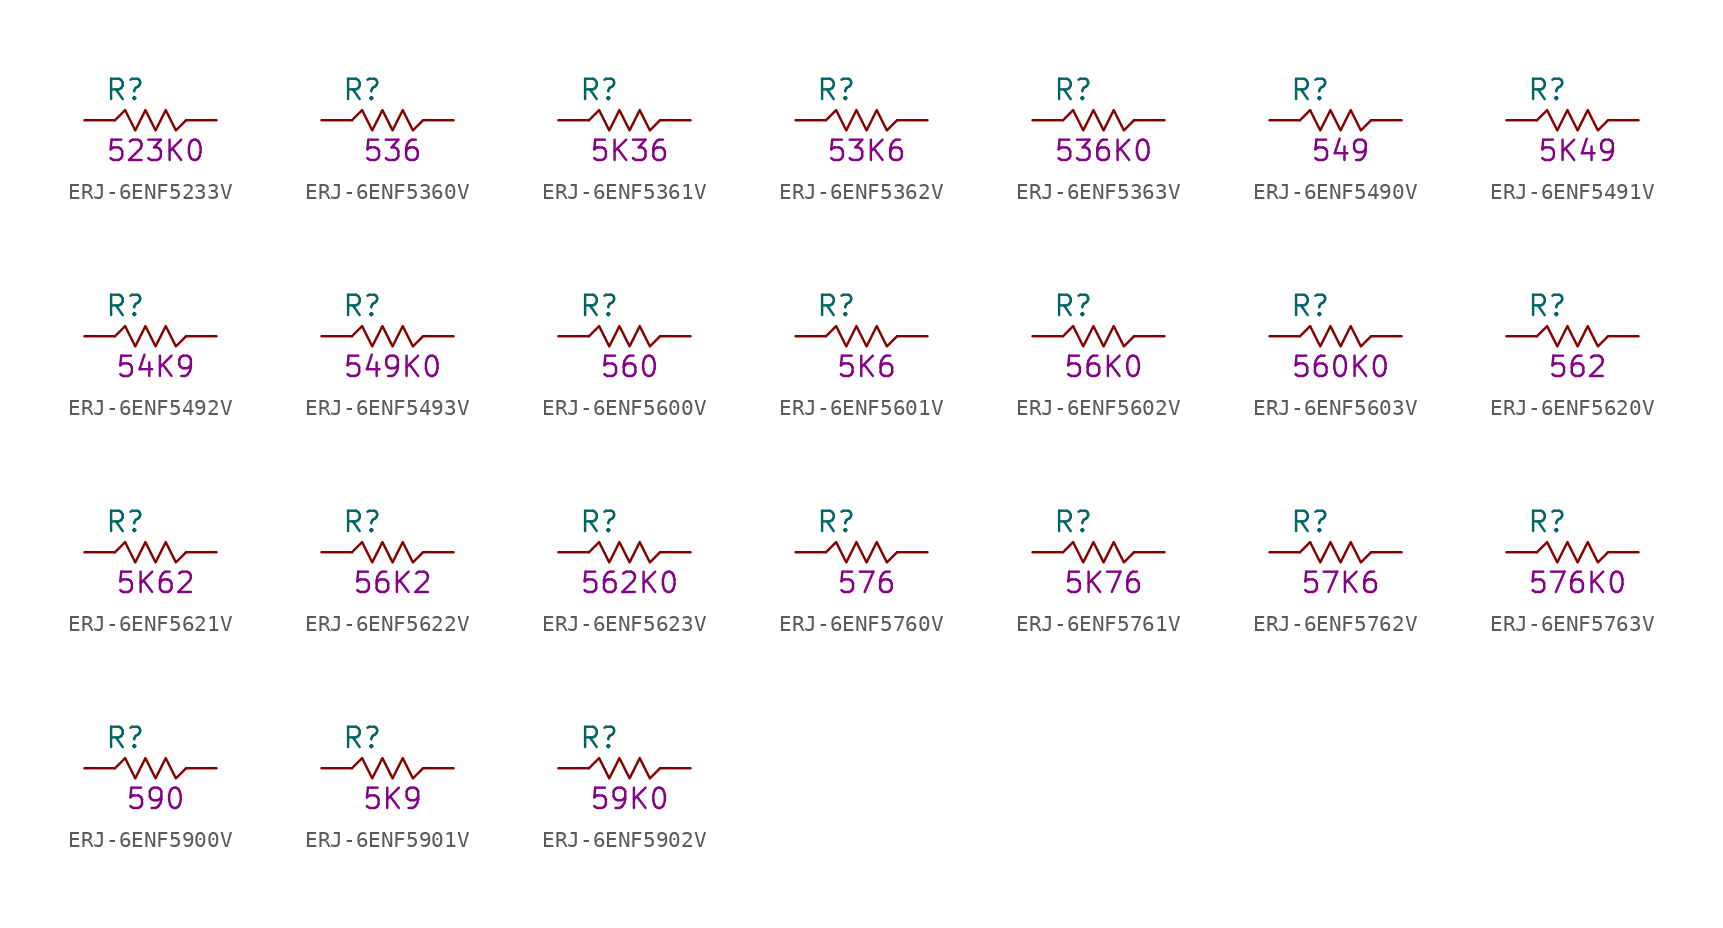
<source format=kicad_sym>
(kicad_symbol_lib
  (version 20211014)
  (generator KiCadLib_py)
  (symbol "ERJ-6ENF5233V"
    (pin_numbers hide)
    (pin_names hide)
    (property "Reference" "R"
      (at -1.905 1.905 0)
      (effects (font (size 1.27 1.27))))
    (property "Val" "523K0"
      (at 0 -1.905 0)
      (effects (font (size 1.27 1.27))))
    (symbol "ERJ-6ENF5233V_0_1"
      (polyline (pts (xy -2.54 0) (xy -1.905 0.635) (xy -1.27 -0.635) (xy -0.635 0.635) (xy 0 -0.635) (xy 0.635 0.635) (xy 1.27 -0.635) (xy 1.905 0)) (stroke (width 0) (type default) (color 0 0 0 0)) (fill (type none))))
    (symbol "ERJ-6ENF5233V_1_1"
      (pin passive line (at -4.445 0 0) (length 1.905) (name "~" (effects (font (size 1.27 1.27)))) (number "1" (effects (font (size 1.27 1.27)))))
      (pin passive line (at 3.81 0 180) (length 1.905) (name "~" (effects (font (size 1.27 1.27)))) (number "2" (effects (font (size 1.27 1.27)))))))
  (symbol "ERJ-6ENF5360V"
    (pin_numbers hide)
    (pin_names hide)
    (property "Reference" "R"
      (at -1.905 1.905 0)
      (effects (font (size 1.27 1.27))))
    (property "Val" "536"
      (at 0 -1.905 0)
      (effects (font (size 1.27 1.27))))
    (symbol "ERJ-6ENF5360V_0_1"
      (polyline (pts (xy -2.54 0) (xy -1.905 0.635) (xy -1.27 -0.635) (xy -0.635 0.635) (xy 0 -0.635) (xy 0.635 0.635) (xy 1.27 -0.635) (xy 1.905 0)) (stroke (width 0) (type default) (color 0 0 0 0)) (fill (type none))))
    (symbol "ERJ-6ENF5360V_1_1"
      (pin passive line (at -4.445 0 0) (length 1.905) (name "~" (effects (font (size 1.27 1.27)))) (number "1" (effects (font (size 1.27 1.27)))))
      (pin passive line (at 3.81 0 180) (length 1.905) (name "~" (effects (font (size 1.27 1.27)))) (number "2" (effects (font (size 1.27 1.27)))))))
  (symbol "ERJ-6ENF5361V"
    (pin_numbers hide)
    (pin_names hide)
    (property "Reference" "R"
      (at -1.905 1.905 0)
      (effects (font (size 1.27 1.27))))
    (property "Val" "5K36"
      (at 0 -1.905 0)
      (effects (font (size 1.27 1.27))))
    (symbol "ERJ-6ENF5361V_0_1"
      (polyline (pts (xy -2.54 0) (xy -1.905 0.635) (xy -1.27 -0.635) (xy -0.635 0.635) (xy 0 -0.635) (xy 0.635 0.635) (xy 1.27 -0.635) (xy 1.905 0)) (stroke (width 0) (type default) (color 0 0 0 0)) (fill (type none))))
    (symbol "ERJ-6ENF5361V_1_1"
      (pin passive line (at -4.445 0 0) (length 1.905) (name "~" (effects (font (size 1.27 1.27)))) (number "1" (effects (font (size 1.27 1.27)))))
      (pin passive line (at 3.81 0 180) (length 1.905) (name "~" (effects (font (size 1.27 1.27)))) (number "2" (effects (font (size 1.27 1.27)))))))
  (symbol "ERJ-6ENF5362V"
    (pin_numbers hide)
    (pin_names hide)
    (property "Reference" "R"
      (at -1.905 1.905 0)
      (effects (font (size 1.27 1.27))))
    (property "Val" "53K6"
      (at 0 -1.905 0)
      (effects (font (size 1.27 1.27))))
    (symbol "ERJ-6ENF5362V_0_1"
      (polyline (pts (xy -2.54 0) (xy -1.905 0.635) (xy -1.27 -0.635) (xy -0.635 0.635) (xy 0 -0.635) (xy 0.635 0.635) (xy 1.27 -0.635) (xy 1.905 0)) (stroke (width 0) (type default) (color 0 0 0 0)) (fill (type none))))
    (symbol "ERJ-6ENF5362V_1_1"
      (pin passive line (at -4.445 0 0) (length 1.905) (name "~" (effects (font (size 1.27 1.27)))) (number "1" (effects (font (size 1.27 1.27)))))
      (pin passive line (at 3.81 0 180) (length 1.905) (name "~" (effects (font (size 1.27 1.27)))) (number "2" (effects (font (size 1.27 1.27)))))))
  (symbol "ERJ-6ENF5363V"
    (pin_numbers hide)
    (pin_names hide)
    (property "Reference" "R"
      (at -1.905 1.905 0)
      (effects (font (size 1.27 1.27))))
    (property "Val" "536K0"
      (at 0 -1.905 0)
      (effects (font (size 1.27 1.27))))
    (symbol "ERJ-6ENF5363V_0_1"
      (polyline (pts (xy -2.54 0) (xy -1.905 0.635) (xy -1.27 -0.635) (xy -0.635 0.635) (xy 0 -0.635) (xy 0.635 0.635) (xy 1.27 -0.635) (xy 1.905 0)) (stroke (width 0) (type default) (color 0 0 0 0)) (fill (type none))))
    (symbol "ERJ-6ENF5363V_1_1"
      (pin passive line (at -4.445 0 0) (length 1.905) (name "~" (effects (font (size 1.27 1.27)))) (number "1" (effects (font (size 1.27 1.27)))))
      (pin passive line (at 3.81 0 180) (length 1.905) (name "~" (effects (font (size 1.27 1.27)))) (number "2" (effects (font (size 1.27 1.27)))))))
  (symbol "ERJ-6ENF5490V"
    (pin_numbers hide)
    (pin_names hide)
    (property "Reference" "R"
      (at -1.905 1.905 0)
      (effects (font (size 1.27 1.27))))
    (property "Val" "549"
      (at 0 -1.905 0)
      (effects (font (size 1.27 1.27))))
    (symbol "ERJ-6ENF5490V_0_1"
      (polyline (pts (xy -2.54 0) (xy -1.905 0.635) (xy -1.27 -0.635) (xy -0.635 0.635) (xy 0 -0.635) (xy 0.635 0.635) (xy 1.27 -0.635) (xy 1.905 0)) (stroke (width 0) (type default) (color 0 0 0 0)) (fill (type none))))
    (symbol "ERJ-6ENF5490V_1_1"
      (pin passive line (at -4.445 0 0) (length 1.905) (name "~" (effects (font (size 1.27 1.27)))) (number "1" (effects (font (size 1.27 1.27)))))
      (pin passive line (at 3.81 0 180) (length 1.905) (name "~" (effects (font (size 1.27 1.27)))) (number "2" (effects (font (size 1.27 1.27)))))))
  (symbol "ERJ-6ENF5491V"
    (pin_numbers hide)
    (pin_names hide)
    (property "Reference" "R"
      (at -1.905 1.905 0)
      (effects (font (size 1.27 1.27))))
    (property "Val" "5K49"
      (at 0 -1.905 0)
      (effects (font (size 1.27 1.27))))
    (symbol "ERJ-6ENF5491V_0_1"
      (polyline (pts (xy -2.54 0) (xy -1.905 0.635) (xy -1.27 -0.635) (xy -0.635 0.635) (xy 0 -0.635) (xy 0.635 0.635) (xy 1.27 -0.635) (xy 1.905 0)) (stroke (width 0) (type default) (color 0 0 0 0)) (fill (type none))))
    (symbol "ERJ-6ENF5491V_1_1"
      (pin passive line (at -4.445 0 0) (length 1.905) (name "~" (effects (font (size 1.27 1.27)))) (number "1" (effects (font (size 1.27 1.27)))))
      (pin passive line (at 3.81 0 180) (length 1.905) (name "~" (effects (font (size 1.27 1.27)))) (number "2" (effects (font (size 1.27 1.27)))))))
  (symbol "ERJ-6ENF5492V"
    (pin_numbers hide)
    (pin_names hide)
    (property "Reference" "R"
      (at -1.905 1.905 0)
      (effects (font (size 1.27 1.27))))
    (property "Val" "54K9"
      (at 0 -1.905 0)
      (effects (font (size 1.27 1.27))))
    (symbol "ERJ-6ENF5492V_0_1"
      (polyline (pts (xy -2.54 0) (xy -1.905 0.635) (xy -1.27 -0.635) (xy -0.635 0.635) (xy 0 -0.635) (xy 0.635 0.635) (xy 1.27 -0.635) (xy 1.905 0)) (stroke (width 0) (type default) (color 0 0 0 0)) (fill (type none))))
    (symbol "ERJ-6ENF5492V_1_1"
      (pin passive line (at -4.445 0 0) (length 1.905) (name "~" (effects (font (size 1.27 1.27)))) (number "1" (effects (font (size 1.27 1.27)))))
      (pin passive line (at 3.81 0 180) (length 1.905) (name "~" (effects (font (size 1.27 1.27)))) (number "2" (effects (font (size 1.27 1.27)))))))
  (symbol "ERJ-6ENF5493V"
    (pin_numbers hide)
    (pin_names hide)
    (property "Reference" "R"
      (at -1.905 1.905 0)
      (effects (font (size 1.27 1.27))))
    (property "Val" "549K0"
      (at 0 -1.905 0)
      (effects (font (size 1.27 1.27))))
    (symbol "ERJ-6ENF5493V_0_1"
      (polyline (pts (xy -2.54 0) (xy -1.905 0.635) (xy -1.27 -0.635) (xy -0.635 0.635) (xy 0 -0.635) (xy 0.635 0.635) (xy 1.27 -0.635) (xy 1.905 0)) (stroke (width 0) (type default) (color 0 0 0 0)) (fill (type none))))
    (symbol "ERJ-6ENF5493V_1_1"
      (pin passive line (at -4.445 0 0) (length 1.905) (name "~" (effects (font (size 1.27 1.27)))) (number "1" (effects (font (size 1.27 1.27)))))
      (pin passive line (at 3.81 0 180) (length 1.905) (name "~" (effects (font (size 1.27 1.27)))) (number "2" (effects (font (size 1.27 1.27)))))))
  (symbol "ERJ-6ENF5600V"
    (pin_numbers hide)
    (pin_names hide)
    (property "Reference" "R"
      (at -1.905 1.905 0)
      (effects (font (size 1.27 1.27))))
    (property "Val" "560"
      (at 0 -1.905 0)
      (effects (font (size 1.27 1.27))))
    (symbol "ERJ-6ENF5600V_0_1"
      (polyline (pts (xy -2.54 0) (xy -1.905 0.635) (xy -1.27 -0.635) (xy -0.635 0.635) (xy 0 -0.635) (xy 0.635 0.635) (xy 1.27 -0.635) (xy 1.905 0)) (stroke (width 0) (type default) (color 0 0 0 0)) (fill (type none))))
    (symbol "ERJ-6ENF5600V_1_1"
      (pin passive line (at -4.445 0 0) (length 1.905) (name "~" (effects (font (size 1.27 1.27)))) (number "1" (effects (font (size 1.27 1.27)))))
      (pin passive line (at 3.81 0 180) (length 1.905) (name "~" (effects (font (size 1.27 1.27)))) (number "2" (effects (font (size 1.27 1.27)))))))
  (symbol "ERJ-6ENF5601V"
    (pin_numbers hide)
    (pin_names hide)
    (property "Reference" "R"
      (at -1.905 1.905 0)
      (effects (font (size 1.27 1.27))))
    (property "Val" "5K6"
      (at 0 -1.905 0)
      (effects (font (size 1.27 1.27))))
    (symbol "ERJ-6ENF5601V_0_1"
      (polyline (pts (xy -2.54 0) (xy -1.905 0.635) (xy -1.27 -0.635) (xy -0.635 0.635) (xy 0 -0.635) (xy 0.635 0.635) (xy 1.27 -0.635) (xy 1.905 0)) (stroke (width 0) (type default) (color 0 0 0 0)) (fill (type none))))
    (symbol "ERJ-6ENF5601V_1_1"
      (pin passive line (at -4.445 0 0) (length 1.905) (name "~" (effects (font (size 1.27 1.27)))) (number "1" (effects (font (size 1.27 1.27)))))
      (pin passive line (at 3.81 0 180) (length 1.905) (name "~" (effects (font (size 1.27 1.27)))) (number "2" (effects (font (size 1.27 1.27)))))))
  (symbol "ERJ-6ENF5602V"
    (pin_numbers hide)
    (pin_names hide)
    (property "Reference" "R"
      (at -1.905 1.905 0)
      (effects (font (size 1.27 1.27))))
    (property "Val" "56K0"
      (at 0 -1.905 0)
      (effects (font (size 1.27 1.27))))
    (symbol "ERJ-6ENF5602V_0_1"
      (polyline (pts (xy -2.54 0) (xy -1.905 0.635) (xy -1.27 -0.635) (xy -0.635 0.635) (xy 0 -0.635) (xy 0.635 0.635) (xy 1.27 -0.635) (xy 1.905 0)) (stroke (width 0) (type default) (color 0 0 0 0)) (fill (type none))))
    (symbol "ERJ-6ENF5602V_1_1"
      (pin passive line (at -4.445 0 0) (length 1.905) (name "~" (effects (font (size 1.27 1.27)))) (number "1" (effects (font (size 1.27 1.27)))))
      (pin passive line (at 3.81 0 180) (length 1.905) (name "~" (effects (font (size 1.27 1.27)))) (number "2" (effects (font (size 1.27 1.27)))))))
  (symbol "ERJ-6ENF5603V"
    (pin_numbers hide)
    (pin_names hide)
    (property "Reference" "R"
      (at -1.905 1.905 0)
      (effects (font (size 1.27 1.27))))
    (property "Val" "560K0"
      (at 0 -1.905 0)
      (effects (font (size 1.27 1.27))))
    (symbol "ERJ-6ENF5603V_0_1"
      (polyline (pts (xy -2.54 0) (xy -1.905 0.635) (xy -1.27 -0.635) (xy -0.635 0.635) (xy 0 -0.635) (xy 0.635 0.635) (xy 1.27 -0.635) (xy 1.905 0)) (stroke (width 0) (type default) (color 0 0 0 0)) (fill (type none))))
    (symbol "ERJ-6ENF5603V_1_1"
      (pin passive line (at -4.445 0 0) (length 1.905) (name "~" (effects (font (size 1.27 1.27)))) (number "1" (effects (font (size 1.27 1.27)))))
      (pin passive line (at 3.81 0 180) (length 1.905) (name "~" (effects (font (size 1.27 1.27)))) (number "2" (effects (font (size 1.27 1.27)))))))
  (symbol "ERJ-6ENF5620V"
    (pin_numbers hide)
    (pin_names hide)
    (property "Reference" "R"
      (at -1.905 1.905 0)
      (effects (font (size 1.27 1.27))))
    (property "Val" "562"
      (at 0 -1.905 0)
      (effects (font (size 1.27 1.27))))
    (symbol "ERJ-6ENF5620V_0_1"
      (polyline (pts (xy -2.54 0) (xy -1.905 0.635) (xy -1.27 -0.635) (xy -0.635 0.635) (xy 0 -0.635) (xy 0.635 0.635) (xy 1.27 -0.635) (xy 1.905 0)) (stroke (width 0) (type default) (color 0 0 0 0)) (fill (type none))))
    (symbol "ERJ-6ENF5620V_1_1"
      (pin passive line (at -4.445 0 0) (length 1.905) (name "~" (effects (font (size 1.27 1.27)))) (number "1" (effects (font (size 1.27 1.27)))))
      (pin passive line (at 3.81 0 180) (length 1.905) (name "~" (effects (font (size 1.27 1.27)))) (number "2" (effects (font (size 1.27 1.27)))))))
  (symbol "ERJ-6ENF5621V"
    (pin_numbers hide)
    (pin_names hide)
    (property "Reference" "R"
      (at -1.905 1.905 0)
      (effects (font (size 1.27 1.27))))
    (property "Val" "5K62"
      (at 0 -1.905 0)
      (effects (font (size 1.27 1.27))))
    (symbol "ERJ-6ENF5621V_0_1"
      (polyline (pts (xy -2.54 0) (xy -1.905 0.635) (xy -1.27 -0.635) (xy -0.635 0.635) (xy 0 -0.635) (xy 0.635 0.635) (xy 1.27 -0.635) (xy 1.905 0)) (stroke (width 0) (type default) (color 0 0 0 0)) (fill (type none))))
    (symbol "ERJ-6ENF5621V_1_1"
      (pin passive line (at -4.445 0 0) (length 1.905) (name "~" (effects (font (size 1.27 1.27)))) (number "1" (effects (font (size 1.27 1.27)))))
      (pin passive line (at 3.81 0 180) (length 1.905) (name "~" (effects (font (size 1.27 1.27)))) (number "2" (effects (font (size 1.27 1.27)))))))
  (symbol "ERJ-6ENF5622V"
    (pin_numbers hide)
    (pin_names hide)
    (property "Reference" "R"
      (at -1.905 1.905 0)
      (effects (font (size 1.27 1.27))))
    (property "Val" "56K2"
      (at 0 -1.905 0)
      (effects (font (size 1.27 1.27))))
    (symbol "ERJ-6ENF5622V_0_1"
      (polyline (pts (xy -2.54 0) (xy -1.905 0.635) (xy -1.27 -0.635) (xy -0.635 0.635) (xy 0 -0.635) (xy 0.635 0.635) (xy 1.27 -0.635) (xy 1.905 0)) (stroke (width 0) (type default) (color 0 0 0 0)) (fill (type none))))
    (symbol "ERJ-6ENF5622V_1_1"
      (pin passive line (at -4.445 0 0) (length 1.905) (name "~" (effects (font (size 1.27 1.27)))) (number "1" (effects (font (size 1.27 1.27)))))
      (pin passive line (at 3.81 0 180) (length 1.905) (name "~" (effects (font (size 1.27 1.27)))) (number "2" (effects (font (size 1.27 1.27)))))))
  (symbol "ERJ-6ENF5623V"
    (pin_numbers hide)
    (pin_names hide)
    (property "Reference" "R"
      (at -1.905 1.905 0)
      (effects (font (size 1.27 1.27))))
    (property "Val" "562K0"
      (at 0 -1.905 0)
      (effects (font (size 1.27 1.27))))
    (symbol "ERJ-6ENF5623V_0_1"
      (polyline (pts (xy -2.54 0) (xy -1.905 0.635) (xy -1.27 -0.635) (xy -0.635 0.635) (xy 0 -0.635) (xy 0.635 0.635) (xy 1.27 -0.635) (xy 1.905 0)) (stroke (width 0) (type default) (color 0 0 0 0)) (fill (type none))))
    (symbol "ERJ-6ENF5623V_1_1"
      (pin passive line (at -4.445 0 0) (length 1.905) (name "~" (effects (font (size 1.27 1.27)))) (number "1" (effects (font (size 1.27 1.27)))))
      (pin passive line (at 3.81 0 180) (length 1.905) (name "~" (effects (font (size 1.27 1.27)))) (number "2" (effects (font (size 1.27 1.27)))))))
  (symbol "ERJ-6ENF5760V"
    (pin_numbers hide)
    (pin_names hide)
    (property "Reference" "R"
      (at -1.905 1.905 0)
      (effects (font (size 1.27 1.27))))
    (property "Val" "576"
      (at 0 -1.905 0)
      (effects (font (size 1.27 1.27))))
    (symbol "ERJ-6ENF5760V_0_1"
      (polyline (pts (xy -2.54 0) (xy -1.905 0.635) (xy -1.27 -0.635) (xy -0.635 0.635) (xy 0 -0.635) (xy 0.635 0.635) (xy 1.27 -0.635) (xy 1.905 0)) (stroke (width 0) (type default) (color 0 0 0 0)) (fill (type none))))
    (symbol "ERJ-6ENF5760V_1_1"
      (pin passive line (at -4.445 0 0) (length 1.905) (name "~" (effects (font (size 1.27 1.27)))) (number "1" (effects (font (size 1.27 1.27)))))
      (pin passive line (at 3.81 0 180) (length 1.905) (name "~" (effects (font (size 1.27 1.27)))) (number "2" (effects (font (size 1.27 1.27)))))))
  (symbol "ERJ-6ENF5761V"
    (pin_numbers hide)
    (pin_names hide)
    (property "Reference" "R"
      (at -1.905 1.905 0)
      (effects (font (size 1.27 1.27))))
    (property "Val" "5K76"
      (at 0 -1.905 0)
      (effects (font (size 1.27 1.27))))
    (symbol "ERJ-6ENF5761V_0_1"
      (polyline (pts (xy -2.54 0) (xy -1.905 0.635) (xy -1.27 -0.635) (xy -0.635 0.635) (xy 0 -0.635) (xy 0.635 0.635) (xy 1.27 -0.635) (xy 1.905 0)) (stroke (width 0) (type default) (color 0 0 0 0)) (fill (type none))))
    (symbol "ERJ-6ENF5761V_1_1"
      (pin passive line (at -4.445 0 0) (length 1.905) (name "~" (effects (font (size 1.27 1.27)))) (number "1" (effects (font (size 1.27 1.27)))))
      (pin passive line (at 3.81 0 180) (length 1.905) (name "~" (effects (font (size 1.27 1.27)))) (number "2" (effects (font (size 1.27 1.27)))))))
  (symbol "ERJ-6ENF5762V"
    (pin_numbers hide)
    (pin_names hide)
    (property "Reference" "R"
      (at -1.905 1.905 0)
      (effects (font (size 1.27 1.27))))
    (property "Val" "57K6"
      (at 0 -1.905 0)
      (effects (font (size 1.27 1.27))))
    (symbol "ERJ-6ENF5762V_0_1"
      (polyline (pts (xy -2.54 0) (xy -1.905 0.635) (xy -1.27 -0.635) (xy -0.635 0.635) (xy 0 -0.635) (xy 0.635 0.635) (xy 1.27 -0.635) (xy 1.905 0)) (stroke (width 0) (type default) (color 0 0 0 0)) (fill (type none))))
    (symbol "ERJ-6ENF5762V_1_1"
      (pin passive line (at -4.445 0 0) (length 1.905) (name "~" (effects (font (size 1.27 1.27)))) (number "1" (effects (font (size 1.27 1.27)))))
      (pin passive line (at 3.81 0 180) (length 1.905) (name "~" (effects (font (size 1.27 1.27)))) (number "2" (effects (font (size 1.27 1.27)))))))
  (symbol "ERJ-6ENF5763V"
    (pin_numbers hide)
    (pin_names hide)
    (property "Reference" "R"
      (at -1.905 1.905 0)
      (effects (font (size 1.27 1.27))))
    (property "Val" "576K0"
      (at 0 -1.905 0)
      (effects (font (size 1.27 1.27))))
    (symbol "ERJ-6ENF5763V_0_1"
      (polyline (pts (xy -2.54 0) (xy -1.905 0.635) (xy -1.27 -0.635) (xy -0.635 0.635) (xy 0 -0.635) (xy 0.635 0.635) (xy 1.27 -0.635) (xy 1.905 0)) (stroke (width 0) (type default) (color 0 0 0 0)) (fill (type none))))
    (symbol "ERJ-6ENF5763V_1_1"
      (pin passive line (at -4.445 0 0) (length 1.905) (name "~" (effects (font (size 1.27 1.27)))) (number "1" (effects (font (size 1.27 1.27)))))
      (pin passive line (at 3.81 0 180) (length 1.905) (name "~" (effects (font (size 1.27 1.27)))) (number "2" (effects (font (size 1.27 1.27)))))))
  (symbol "ERJ-6ENF5900V"
    (pin_numbers hide)
    (pin_names hide)
    (property "Reference" "R"
      (at -1.905 1.905 0)
      (effects (font (size 1.27 1.27))))
    (property "Val" "590"
      (at 0 -1.905 0)
      (effects (font (size 1.27 1.27))))
    (symbol "ERJ-6ENF5900V_0_1"
      (polyline (pts (xy -2.54 0) (xy -1.905 0.635) (xy -1.27 -0.635) (xy -0.635 0.635) (xy 0 -0.635) (xy 0.635 0.635) (xy 1.27 -0.635) (xy 1.905 0)) (stroke (width 0) (type default) (color 0 0 0 0)) (fill (type none))))
    (symbol "ERJ-6ENF5900V_1_1"
      (pin passive line (at -4.445 0 0) (length 1.905) (name "~" (effects (font (size 1.27 1.27)))) (number "1" (effects (font (size 1.27 1.27)))))
      (pin passive line (at 3.81 0 180) (length 1.905) (name "~" (effects (font (size 1.27 1.27)))) (number "2" (effects (font (size 1.27 1.27)))))))
  (symbol "ERJ-6ENF5901V"
    (pin_numbers hide)
    (pin_names hide)
    (property "Reference" "R"
      (at -1.905 1.905 0)
      (effects (font (size 1.27 1.27))))
    (property "Val" "5K9"
      (at 0 -1.905 0)
      (effects (font (size 1.27 1.27))))
    (symbol "ERJ-6ENF5901V_0_1"
      (polyline (pts (xy -2.54 0) (xy -1.905 0.635) (xy -1.27 -0.635) (xy -0.635 0.635) (xy 0 -0.635) (xy 0.635 0.635) (xy 1.27 -0.635) (xy 1.905 0)) (stroke (width 0) (type default) (color 0 0 0 0)) (fill (type none))))
    (symbol "ERJ-6ENF5901V_1_1"
      (pin passive line (at -4.445 0 0) (length 1.905) (name "~" (effects (font (size 1.27 1.27)))) (number "1" (effects (font (size 1.27 1.27)))))
      (pin passive line (at 3.81 0 180) (length 1.905) (name "~" (effects (font (size 1.27 1.27)))) (number "2" (effects (font (size 1.27 1.27)))))))
  (symbol "ERJ-6ENF5902V"
    (pin_numbers hide)
    (pin_names hide)
    (property "Reference" "R"
      (at -1.905 1.905 0)
      (effects (font (size 1.27 1.27))))
    (property "Val" "59K0"
      (at 0 -1.905 0)
      (effects (font (size 1.27 1.27))))
    (symbol "ERJ-6ENF5902V_0_1"
      (polyline (pts (xy -2.54 0) (xy -1.905 0.635) (xy -1.27 -0.635) (xy -0.635 0.635) (xy 0 -0.635) (xy 0.635 0.635) (xy 1.27 -0.635) (xy 1.905 0)) (stroke (width 0) (type default) (color 0 0 0 0)) (fill (type none))))
    (symbol "ERJ-6ENF5902V_1_1"
      (pin passive line (at -4.445 0 0) (length 1.905) (name "~" (effects (font (size 1.27 1.27)))) (number "1" (effects (font (size 1.27 1.27)))))
      (pin passive line (at 3.81 0 180) (length 1.905) (name "~" (effects (font (size 1.27 1.27)))) (number "2" (effects (font (size 1.27 1.27))))))))
</source>
